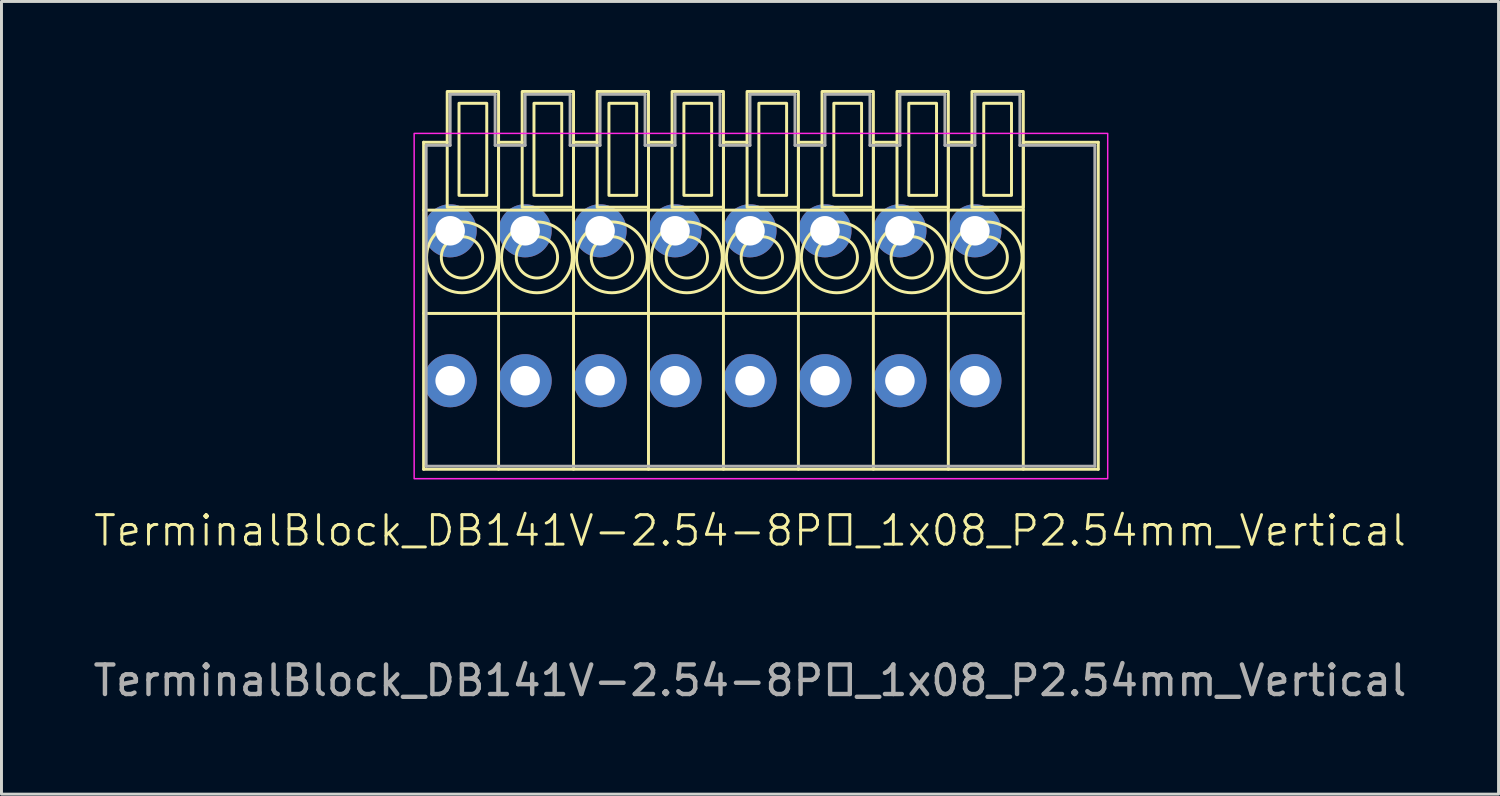
<source format=kicad_pcb>
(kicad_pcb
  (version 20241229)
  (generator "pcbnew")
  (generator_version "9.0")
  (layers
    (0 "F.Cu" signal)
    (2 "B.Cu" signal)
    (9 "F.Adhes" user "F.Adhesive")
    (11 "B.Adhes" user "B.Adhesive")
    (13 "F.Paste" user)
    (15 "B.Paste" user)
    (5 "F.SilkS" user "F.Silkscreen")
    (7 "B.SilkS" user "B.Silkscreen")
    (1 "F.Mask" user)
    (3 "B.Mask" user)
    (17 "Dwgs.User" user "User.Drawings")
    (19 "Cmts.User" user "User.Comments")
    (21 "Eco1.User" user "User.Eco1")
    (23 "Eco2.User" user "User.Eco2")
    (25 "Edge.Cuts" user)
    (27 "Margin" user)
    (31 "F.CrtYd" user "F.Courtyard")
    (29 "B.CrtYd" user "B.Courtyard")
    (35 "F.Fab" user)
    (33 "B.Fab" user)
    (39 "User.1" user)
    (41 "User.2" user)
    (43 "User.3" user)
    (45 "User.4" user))
  (footprint "TerminalBlock_DB141V-2.54-8P_1x08_P2.54mm_Vertical"
    (layer "F.Cu")
    (at 12.203 9.85)
    (property "Reference" "TerminalBlock_DB141V-2.54-8P_1x08_P2.54mm_Vertical" (at 10.16 5.08 0) (unlocked yes) (layer "F.SilkS") (effects (font (size 1 1) (thickness 0.1))))
    (attr through_hole)
    (fp_line (start -0.9 3) (end -0.9 -8.08) (stroke (width 0.1) (type default)) (layer "F.SilkS"))
    (fp_line (start -0.1 -8.08) (end -0.9 -8.08) (stroke (width 0.1) (type default)) (layer "F.SilkS"))
    (fp_line (start 1.64 3) (end 1.64 -8.08) (stroke (width 0.1) (type default)) (layer "F.SilkS"))
    (fp_line (start 2.44 -8.08) (end 1.64 -8.08) (stroke (width 0.1) (type default)) (layer "F.SilkS"))
    (fp_line (start 4.18 3) (end 4.18 -8.08) (stroke (width 0.1) (type default)) (layer "F.SilkS"))
    (fp_line (start 4.98 -8.08) (end 4.18 -8.08) (stroke (width 0.1) (type default)) (layer "F.SilkS"))
    (fp_line (start 6.72 3) (end 6.72 -8.08) (stroke (width 0.1) (type default)) (layer "F.SilkS"))
    (fp_line (start 7.52 -8.08) (end 6.72 -8.08) (stroke (width 0.1) (type default)) (layer "F.SilkS"))
    (fp_line (start 9.26 3) (end 9.26 -8.08) (stroke (width 0.1) (type default)) (layer "F.SilkS"))
    (fp_line (start 10.06 -8.08) (end 9.26 -8.08) (stroke (width 0.1) (type default)) (layer "F.SilkS"))
    (fp_line (start 11.8 3) (end 11.8 -8.08) (stroke (width 0.1) (type default)) (layer "F.SilkS"))
    (fp_line (start 12.6 -8.08) (end 11.8 -8.08) (stroke (width 0.1) (type default)) (layer "F.SilkS"))
    (fp_line (start 14.34 3) (end 14.34 -8.08) (stroke (width 0.1) (type default)) (layer "F.SilkS"))
    (fp_line (start 15.14 -8.08) (end 14.34 -8.08) (stroke (width 0.1) (type default)) (layer "F.SilkS"))
    (fp_line (start 16.88 3) (end 16.88 -8.08) (stroke (width 0.1) (type default)) (layer "F.SilkS"))
    (fp_line (start 17.68 -8.08) (end 16.88 -8.08) (stroke (width 0.1) (type default)) (layer "F.SilkS"))
    (fp_line (start 19.42 -5.78) (end -0.9 -5.78) (stroke (width 0.1) (type default)) (layer "F.SilkS"))
    (fp_line (start 19.42 -2.28) (end -0.9 -2.28) (stroke (width 0.1) (type default)) (layer "F.SilkS"))
    (fp_line (start 19.42 3) (end 19.42 -8.08) (stroke (width 0.1) (type default)) (layer "F.SilkS"))
    (fp_line (start 21.96 -8.08) (end 19.42 -8.08) (stroke (width 0.1) (type default)) (layer "F.SilkS"))
    (fp_line (start 21.96 -8.08) (end 21.96 3) (stroke (width 0.1) (type default)) (layer "F.SilkS"))
    (fp_line (start 21.96 3) (end -0.9 3) (stroke (width 0.1) (type default)) (layer "F.SilkS"))
    (fp_rect (start 1.24 -6.28) (end 0.3 -9.4) (stroke (width 0.1) (type default)) (fill no) (layer "F.SilkS"))
    (fp_rect (start 1.64 -5.88) (end -0.1 -9.8) (stroke (width 0.1) (type default)) (fill no) (layer "F.SilkS"))
    (fp_rect (start 3.78 -6.28) (end 2.84 -9.4) (stroke (width 0.1) (type default)) (fill no) (layer "F.SilkS"))
    (fp_rect (start 4.18 -5.88) (end 2.44 -9.8) (stroke (width 0.1) (type default)) (fill no) (layer "F.SilkS"))
    (fp_rect (start 6.32 -6.28) (end 5.38 -9.4) (stroke (width 0.1) (type default)) (fill no) (layer "F.SilkS"))
    (fp_rect (start 6.72 -5.88) (end 4.98 -9.8) (stroke (width 0.1) (type default)) (fill no) (layer "F.SilkS"))
    (fp_rect (start 8.86 -6.28) (end 7.92 -9.4) (stroke (width 0.1) (type default)) (fill no) (layer "F.SilkS"))
    (fp_rect (start 9.26 -5.88) (end 7.52 -9.8) (stroke (width 0.1) (type default)) (fill no) (layer "F.SilkS"))
    (fp_rect (start 11.4 -6.28) (end 10.46 -9.4) (stroke (width 0.1) (type default)) (fill no) (layer "F.SilkS"))
    (fp_rect (start 11.8 -5.88) (end 10.06 -9.8) (stroke (width 0.1) (type default)) (fill no) (layer "F.SilkS"))
    (fp_rect (start 13.94 -6.28) (end 13 -9.4) (stroke (width 0.1) (type default)) (fill no) (layer "F.SilkS"))
    (fp_rect (start 14.34 -5.88) (end 12.6 -9.8) (stroke (width 0.1) (type default)) (fill no) (layer "F.SilkS"))
    (fp_rect (start 16.48 -6.28) (end 15.54 -9.4) (stroke (width 0.1) (type default)) (fill no) (layer "F.SilkS"))
    (fp_rect (start 16.88 -5.88) (end 15.14 -9.8) (stroke (width 0.1) (type default)) (fill no) (layer "F.SilkS"))
    (fp_rect (start 19.02 -6.28) (end 18.08 -9.4) (stroke (width 0.1) (type default)) (fill no) (layer "F.SilkS"))
    (fp_rect (start 19.42 -5.88) (end 17.68 -9.8) (stroke (width 0.1) (type default)) (fill no) (layer "F.SilkS"))
    (fp_circle (center 0.4 -4.18) (end -0.8 -4.18) (stroke (width 0.1) (type default)) (fill no) (layer "F.SilkS"))
    (fp_circle (center 0.4 -4.18) (end -0.3 -4.18) (stroke (width 0.1) (type default)) (fill no) (layer "F.SilkS"))
    (fp_circle (center 2.94 -4.18) (end 1.74 -4.18) (stroke (width 0.1) (type default)) (fill no) (layer "F.SilkS"))
    (fp_circle (center 2.94 -4.18) (end 2.24 -4.18) (stroke (width 0.1) (type default)) (fill no) (layer "F.SilkS"))
    (fp_circle (center 5.48 -4.18) (end 4.28 -4.18) (stroke (width 0.1) (type default)) (fill no) (layer "F.SilkS"))
    (fp_circle (center 5.48 -4.18) (end 4.78 -4.18) (stroke (width 0.1) (type default)) (fill no) (layer "F.SilkS"))
    (fp_circle (center 8.02 -4.18) (end 6.82 -4.18) (stroke (width 0.1) (type default)) (fill no) (layer "F.SilkS"))
    (fp_circle (center 8.02 -4.18) (end 7.32 -4.18) (stroke (width 0.1) (type default)) (fill no) (layer "F.SilkS"))
    (fp_circle (center 10.56 -4.18) (end 9.36 -4.18) (stroke (width 0.1) (type default)) (fill no) (layer "F.SilkS"))
    (fp_circle (center 10.56 -4.18) (end 9.86 -4.18) (stroke (width 0.1) (type default)) (fill no) (layer "F.SilkS"))
    (fp_circle (center 13.1 -4.18) (end 11.9 -4.18) (stroke (width 0.1) (type default)) (fill no) (layer "F.SilkS"))
    (fp_circle (center 13.1 -4.18) (end 12.4 -4.18) (stroke (width 0.1) (type default)) (fill no) (layer "F.SilkS"))
    (fp_circle (center 15.64 -4.18) (end 14.44 -4.18) (stroke (width 0.1) (type default)) (fill no) (layer "F.SilkS"))
    (fp_circle (center 15.64 -4.18) (end 14.94 -4.18) (stroke (width 0.1) (type default)) (fill no) (layer "F.SilkS"))
    (fp_circle (center 18.18 -4.18) (end 16.98 -4.18) (stroke (width 0.1) (type default)) (fill no) (layer "F.SilkS"))
    (fp_circle (center 18.18 -4.18) (end 17.48 -4.18) (stroke (width 0.1) (type default)) (fill no) (layer "F.SilkS"))
    (fp_rect (start 22.28 3.32) (end -1.22 -8.38) (stroke (width 0.05) (type default)) (fill no) (layer "F.CrtYd"))
    (fp_line (start -0.813 -7.976) (end 0 -7.976) (stroke (width 0.1) (type default)) (layer "F.Fab"))
    (fp_line (start -0.813 2.896) (end -0.813 -7.976) (stroke (width 0.1) (type default)) (layer "F.Fab"))
    (fp_line (start 0 -9.703) (end 1.524 -9.703) (stroke (width 0.1) (type default)) (layer "F.Fab"))
    (fp_line (start 0 -7.976) (end 0 -9.703) (stroke (width 0.1) (type default)) (layer "F.Fab"))
    (fp_line (start 1.524 -9.703) (end 1.524 -7.976) (stroke (width 0.1) (type default)) (layer "F.Fab"))
    (fp_line (start 1.524 -7.976) (end 2.54 -7.976) (stroke (width 0.1) (type default)) (layer "F.Fab"))
    (fp_line (start 2.54 -9.703) (end 4.064 -9.703) (stroke (width 0.1) (type default)) (layer "F.Fab"))
    (fp_line (start 2.54 -7.976) (end 2.54 -9.703) (stroke (width 0.1) (type default)) (layer "F.Fab"))
    (fp_line (start 4.064 -9.703) (end 4.064 -7.976) (stroke (width 0.1) (type default)) (layer "F.Fab"))
    (fp_line (start 4.064 -7.976) (end 5.08 -7.976) (stroke (width 0.1) (type default)) (layer "F.Fab"))
    (fp_line (start 5.08 -9.703) (end 6.604 -9.703) (stroke (width 0.1) (type default)) (layer "F.Fab"))
    (fp_line (start 5.08 -7.976) (end 5.08 -9.703) (stroke (width 0.1) (type default)) (layer "F.Fab"))
    (fp_line (start 6.604 -9.703) (end 6.604 -7.976) (stroke (width 0.1) (type default)) (layer "F.Fab"))
    (fp_line (start 6.604 -7.976) (end 7.62 -7.976) (stroke (width 0.1) (type default)) (layer "F.Fab"))
    (fp_line (start 7.62 -9.703) (end 9.144 -9.703) (stroke (width 0.1) (type default)) (layer "F.Fab"))
    (fp_line (start 7.62 -7.976) (end 7.62 -9.703) (stroke (width 0.1) (type default)) (layer "F.Fab"))
    (fp_line (start 9.144 -9.703) (end 9.144 -7.976) (stroke (width 0.1) (type default)) (layer "F.Fab"))
    (fp_line (start 9.144 -7.976) (end 10.16 -7.976) (stroke (width 0.1) (type default)) (layer "F.Fab"))
    (fp_line (start 10.16 -9.703) (end 11.684 -9.703) (stroke (width 0.1) (type default)) (layer "F.Fab"))
    (fp_line (start 10.16 -7.976) (end 10.16 -9.703) (stroke (width 0.1) (type default)) (layer "F.Fab"))
    (fp_line (start 11.684 -9.703) (end 11.684 -7.976) (stroke (width 0.1) (type default)) (layer "F.Fab"))
    (fp_line (start 11.684 -7.976) (end 12.7 -7.976) (stroke (width 0.1) (type default)) (layer "F.Fab"))
    (fp_line (start 12.7 -9.703) (end 14.224 -9.703) (stroke (width 0.1) (type default)) (layer "F.Fab"))
    (fp_line (start 12.7 -7.976) (end 12.7 -9.703) (stroke (width 0.1) (type default)) (layer "F.Fab"))
    (fp_line (start 14.224 -9.703) (end 14.224 -7.976) (stroke (width 0.1) (type default)) (layer "F.Fab"))
    (fp_line (start 14.224 -7.976) (end 15.24 -7.976) (stroke (width 0.1) (type default)) (layer "F.Fab"))
    (fp_line (start 15.24 -9.703) (end 16.764 -9.703) (stroke (width 0.1) (type default)) (layer "F.Fab"))
    (fp_line (start 15.24 -7.976) (end 15.24 -9.703) (stroke (width 0.1) (type default)) (layer "F.Fab"))
    (fp_line (start 16.764 -9.703) (end 16.764 -7.976) (stroke (width 0.1) (type default)) (layer "F.Fab"))
    (fp_line (start 16.764 -7.976) (end 17.78 -7.976) (stroke (width 0.1) (type default)) (layer "F.Fab"))
    (fp_line (start 17.78 -9.703) (end 19.304 -9.703) (stroke (width 0.1) (type default)) (layer "F.Fab"))
    (fp_line (start 17.78 -7.976) (end 17.78 -9.703) (stroke (width 0.1) (type default)) (layer "F.Fab"))
    (fp_line (start 19.304 -9.703) (end 19.304 -7.976) (stroke (width 0.1) (type default)) (layer "F.Fab"))
    (fp_line (start 19.304 -7.976) (end 21.844 -7.976) (stroke (width 0.1) (type default)) (layer "F.Fab"))
    (fp_line (start 21.844 -7.976) (end 21.844 2.896) (stroke (width 0.1) (type default)) (layer "F.Fab"))
    (fp_line (start 21.844 2.896) (end -0.813 2.896) (stroke (width 0.1) (type default)) (layer "F.Fab"))
    (fp_text user "${REFERENCE}" (at 10.16 10.16 0) (unlocked yes) (layer "F.Fab") (effects (font (size 1 1) (thickness 0.15))))
    (pad "1" thru_hole circle (at 0 -5.08 180) (size 1.8 1.8) (drill 1) (layers "*.Cu" "*.Mask"))
    (pad "1" thru_hole circle (at 0 0 180) (size 1.8 1.8) (drill 1) (layers "*.Cu" "*.Mask"))
    (pad "2" thru_hole circle (at 2.54 -5.08 180) (size 1.8 1.8) (drill 1) (layers "*.Cu" "*.Mask"))
    (pad "2" thru_hole circle (at 2.54 0 180) (size 1.8 1.8) (drill 1) (layers "*.Cu" "*.Mask"))
    (pad "3" thru_hole circle (at 5.08 -5.08 180) (size 1.8 1.8) (drill 1) (layers "*.Cu" "*.Mask"))
    (pad "3" thru_hole circle (at 5.08 0 180) (size 1.8 1.8) (drill 1) (layers "*.Cu" "*.Mask"))
    (pad "4" thru_hole circle (at 7.62 -5.08 180) (size 1.8 1.8) (drill 1) (layers "*.Cu" "*.Mask"))
    (pad "4" thru_hole circle (at 7.62 0 180) (size 1.8 1.8) (drill 1) (layers "*.Cu" "*.Mask"))
    (pad "5" thru_hole circle (at 10.16 -5.08 180) (size 1.8 1.8) (drill 1) (layers "*.Cu" "*.Mask"))
    (pad "5" thru_hole circle (at 10.16 0 180) (size 1.8 1.8) (drill 1) (layers "*.Cu" "*.Mask"))
    (pad "6" thru_hole circle (at 12.7 -5.08 180) (size 1.8 1.8) (drill 1) (layers "*.Cu" "*.Mask"))
    (pad "6" thru_hole circle (at 12.7 0 180) (size 1.8 1.8) (drill 1) (layers "*.Cu" "*.Mask"))
    (pad "7" thru_hole circle (at 15.24 -5.08 180) (size 1.8 1.8) (drill 1) (layers "*.Cu" "*.Mask"))
    (pad "7" thru_hole circle (at 15.24 0 180) (size 1.8 1.8) (drill 1) (layers "*.Cu" "*.Mask"))
    (pad "8" thru_hole circle (at 17.78 -5.08 180) (size 1.8 1.8) (drill 1) (layers "*.Cu" "*.Mask"))
    (pad "8" thru_hole circle (at 17.78 0 180) (size 1.8 1.8) (drill 1) (layers "*.Cu" "*.Mask")))
  (gr_rect
    (start -3 -3)
    (end 47.726 23.858)
    (stroke (width 0.1) (type default))
    (fill no)
    (layer "Edge.Cuts")))
</source>
